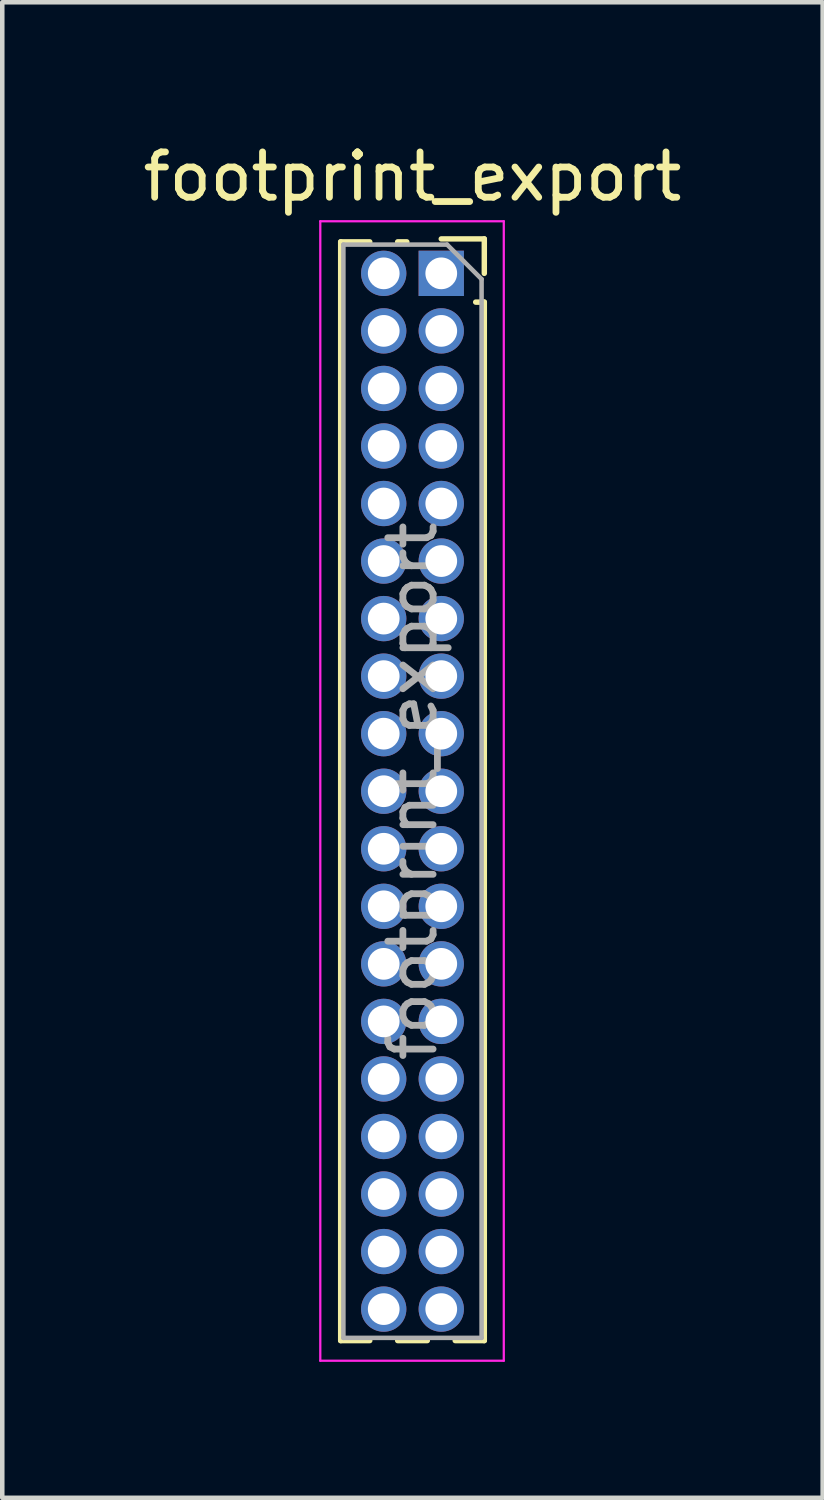
<source format=kicad_pcb>
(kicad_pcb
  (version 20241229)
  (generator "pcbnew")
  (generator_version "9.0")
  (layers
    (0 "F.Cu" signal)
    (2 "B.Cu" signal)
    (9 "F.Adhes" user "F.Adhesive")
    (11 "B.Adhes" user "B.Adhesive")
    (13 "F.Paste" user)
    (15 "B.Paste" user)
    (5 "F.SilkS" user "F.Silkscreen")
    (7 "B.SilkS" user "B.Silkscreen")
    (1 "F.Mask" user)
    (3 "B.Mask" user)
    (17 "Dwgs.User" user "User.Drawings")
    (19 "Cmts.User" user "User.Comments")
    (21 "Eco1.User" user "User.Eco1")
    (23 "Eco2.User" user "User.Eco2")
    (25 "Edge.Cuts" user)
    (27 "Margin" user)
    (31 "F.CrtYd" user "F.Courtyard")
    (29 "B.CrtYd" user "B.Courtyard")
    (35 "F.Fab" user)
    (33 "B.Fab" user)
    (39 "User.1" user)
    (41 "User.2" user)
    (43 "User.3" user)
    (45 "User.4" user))
  (footprint "footprint_export"
    (layer "F.Cu")
    (at 6.689 2.983)
    (property "Reference" "footprint_export" (at -0.635 -2.135 0) (layer "F.SilkS") (effects (font (size 1 1) (thickness 0.15))))
    (attr through_hole)
    (fp_line (start -2.22 -0.695) (end -2.22 23.555) (stroke (width 0.12) (type solid)) (layer "F.SilkS"))
    (fp_line (start -2.22 -0.695) (end -1.578 -0.695) (stroke (width 0.12) (type solid)) (layer "F.SilkS"))
    (fp_line (start -2.22 23.555) (end -1.578 23.555) (stroke (width 0.12) (type solid)) (layer "F.SilkS"))
    (fp_line (start -0.962 -0.695) (end -0.76 -0.695) (stroke (width 0.12) (type solid)) (layer "F.SilkS"))
    (fp_line (start -0.962 23.555) (end -0.308 23.555) (stroke (width 0.12) (type solid)) (layer "F.SilkS"))
    (fp_line (start 0 -0.76) (end 0.95 -0.76) (stroke (width 0.12) (type solid)) (layer "F.SilkS"))
    (fp_line (start 0.308 23.555) (end 0.95 23.555) (stroke (width 0.12) (type solid)) (layer "F.SilkS"))
    (fp_line (start 0.76 0.635) (end 0.95 0.635) (stroke (width 0.12) (type solid)) (layer "F.SilkS"))
    (fp_line (start 0.95 -0.76) (end 0.95 0) (stroke (width 0.12) (type solid)) (layer "F.SilkS"))
    (fp_line (start 0.95 0.635) (end 0.95 23.555) (stroke (width 0.12) (type solid)) (layer "F.SilkS"))
    (fp_line (start -2.67 -1.15) (end 1.38 -1.15) (stroke (width 0.05) (type solid)) (layer "F.CrtYd"))
    (fp_line (start -2.67 24) (end -2.67 -1.15) (stroke (width 0.05) (type solid)) (layer "F.CrtYd"))
    (fp_line (start 1.38 -1.15) (end 1.38 24) (stroke (width 0.05) (type solid)) (layer "F.CrtYd"))
    (fp_line (start 1.38 24) (end -2.67 24) (stroke (width 0.05) (type solid)) (layer "F.CrtYd"))
    (fp_line (start -2.16 -0.635) (end 0.128 -0.635) (stroke (width 0.1) (type solid)) (layer "F.Fab"))
    (fp_line (start -2.16 23.495) (end -2.16 -0.635) (stroke (width 0.1) (type solid)) (layer "F.Fab"))
    (fp_line (start 0.128 -0.635) (end 0.89 0.128) (stroke (width 0.1) (type solid)) (layer "F.Fab"))
    (fp_line (start 0.89 0.128) (end 0.89 23.495) (stroke (width 0.1) (type solid)) (layer "F.Fab"))
    (fp_line (start 0.89 23.495) (end -2.16 23.495) (stroke (width 0.1) (type solid)) (layer "F.Fab"))
    (fp_text user "${REFERENCE}" (at -0.635 11.43 90) (layer "F.Fab") (effects (font (size 1 1) (thickness 0.15))))
    (pad "1" thru_hole rect (at 0 0) (size 1 1) (drill 0.7) (layers "*.Cu" "*.Mask"))
    (pad "2" thru_hole oval (at -1.27 0) (size 1 1) (drill 0.7) (layers "*.Cu" "*.Mask"))
    (pad "3" thru_hole oval (at 0 1.27) (size 1 1) (drill 0.7) (layers "*.Cu" "*.Mask"))
    (pad "4" thru_hole oval (at -1.27 1.27) (size 1 1) (drill 0.7) (layers "*.Cu" "*.Mask"))
    (pad "5" thru_hole oval (at 0 2.54) (size 1 1) (drill 0.7) (layers "*.Cu" "*.Mask"))
    (pad "6" thru_hole oval (at -1.27 2.54) (size 1 1) (drill 0.7) (layers "*.Cu" "*.Mask"))
    (pad "7" thru_hole oval (at 0 3.81) (size 1 1) (drill 0.7) (layers "*.Cu" "*.Mask"))
    (pad "8" thru_hole oval (at -1.27 3.81) (size 1 1) (drill 0.7) (layers "*.Cu" "*.Mask"))
    (pad "9" thru_hole oval (at 0 5.08) (size 1 1) (drill 0.7) (layers "*.Cu" "*.Mask"))
    (pad "10" thru_hole oval (at -1.27 5.08) (size 1 1) (drill 0.7) (layers "*.Cu" "*.Mask"))
    (pad "11" thru_hole oval (at 0 6.35) (size 1 1) (drill 0.7) (layers "*.Cu" "*.Mask"))
    (pad "12" thru_hole oval (at -1.27 6.35) (size 1 1) (drill 0.7) (layers "*.Cu" "*.Mask"))
    (pad "13" thru_hole oval (at 0 7.62) (size 1 1) (drill 0.7) (layers "*.Cu" "*.Mask"))
    (pad "14" thru_hole oval (at -1.27 7.62) (size 1 1) (drill 0.7) (layers "*.Cu" "*.Mask"))
    (pad "15" thru_hole oval (at 0 8.89) (size 1 1) (drill 0.7) (layers "*.Cu" "*.Mask"))
    (pad "16" thru_hole oval (at -1.27 8.89) (size 1 1) (drill 0.7) (layers "*.Cu" "*.Mask"))
    (pad "17" thru_hole oval (at 0 10.16) (size 1 1) (drill 0.7) (layers "*.Cu" "*.Mask"))
    (pad "18" thru_hole oval (at -1.27 10.16) (size 1 1) (drill 0.7) (layers "*.Cu" "*.Mask"))
    (pad "19" thru_hole oval (at 0 11.43) (size 1 1) (drill 0.7) (layers "*.Cu" "*.Mask"))
    (pad "20" thru_hole oval (at -1.27 11.43) (size 1 1) (drill 0.7) (layers "*.Cu" "*.Mask"))
    (pad "21" thru_hole oval (at 0 12.7) (size 1 1) (drill 0.7) (layers "*.Cu" "*.Mask"))
    (pad "22" thru_hole oval (at -1.27 12.7) (size 1 1) (drill 0.7) (layers "*.Cu" "*.Mask"))
    (pad "23" thru_hole oval (at 0 13.97) (size 1 1) (drill 0.7) (layers "*.Cu" "*.Mask"))
    (pad "24" thru_hole oval (at -1.27 13.97) (size 1 1) (drill 0.7) (layers "*.Cu" "*.Mask"))
    (pad "25" thru_hole oval (at 0 15.24) (size 1 1) (drill 0.7) (layers "*.Cu" "*.Mask"))
    (pad "26" thru_hole oval (at -1.27 15.24) (size 1 1) (drill 0.7) (layers "*.Cu" "*.Mask"))
    (pad "27" thru_hole oval (at 0 16.51) (size 1 1) (drill 0.7) (layers "*.Cu" "*.Mask"))
    (pad "28" thru_hole oval (at -1.27 16.51) (size 1 1) (drill 0.7) (layers "*.Cu" "*.Mask"))
    (pad "29" thru_hole oval (at 0 17.78) (size 1 1) (drill 0.7) (layers "*.Cu" "*.Mask"))
    (pad "30" thru_hole oval (at -1.27 17.78) (size 1 1) (drill 0.7) (layers "*.Cu" "*.Mask"))
    (pad "31" thru_hole oval (at 0 19.05) (size 1 1) (drill 0.7) (layers "*.Cu" "*.Mask"))
    (pad "32" thru_hole oval (at -1.27 19.05) (size 1 1) (drill 0.7) (layers "*.Cu" "*.Mask"))
    (pad "33" thru_hole oval (at 0 20.32) (size 1 1) (drill 0.7) (layers "*.Cu" "*.Mask"))
    (pad "34" thru_hole oval (at -1.27 20.32) (size 1 1) (drill 0.7) (layers "*.Cu" "*.Mask"))
    (pad "35" thru_hole oval (at 0 21.59) (size 1 1) (drill 0.7) (layers "*.Cu" "*.Mask"))
    (pad "36" thru_hole oval (at -1.27 21.59) (size 1 1) (drill 0.7) (layers "*.Cu" "*.Mask"))
    (pad "37" thru_hole oval (at 0 22.86) (size 1 1) (drill 0.7) (layers "*.Cu" "*.Mask"))
    (pad "38" thru_hole oval (at -1.27 22.86) (size 1 1) (drill 0.7) (layers "*.Cu" "*.Mask")))
  (gr_rect
    (start -3 -3)
    (end 15.107 30.008)
    (stroke (width 0.1) (type default))
    (fill no)
    (layer "Edge.Cuts")))
</source>
